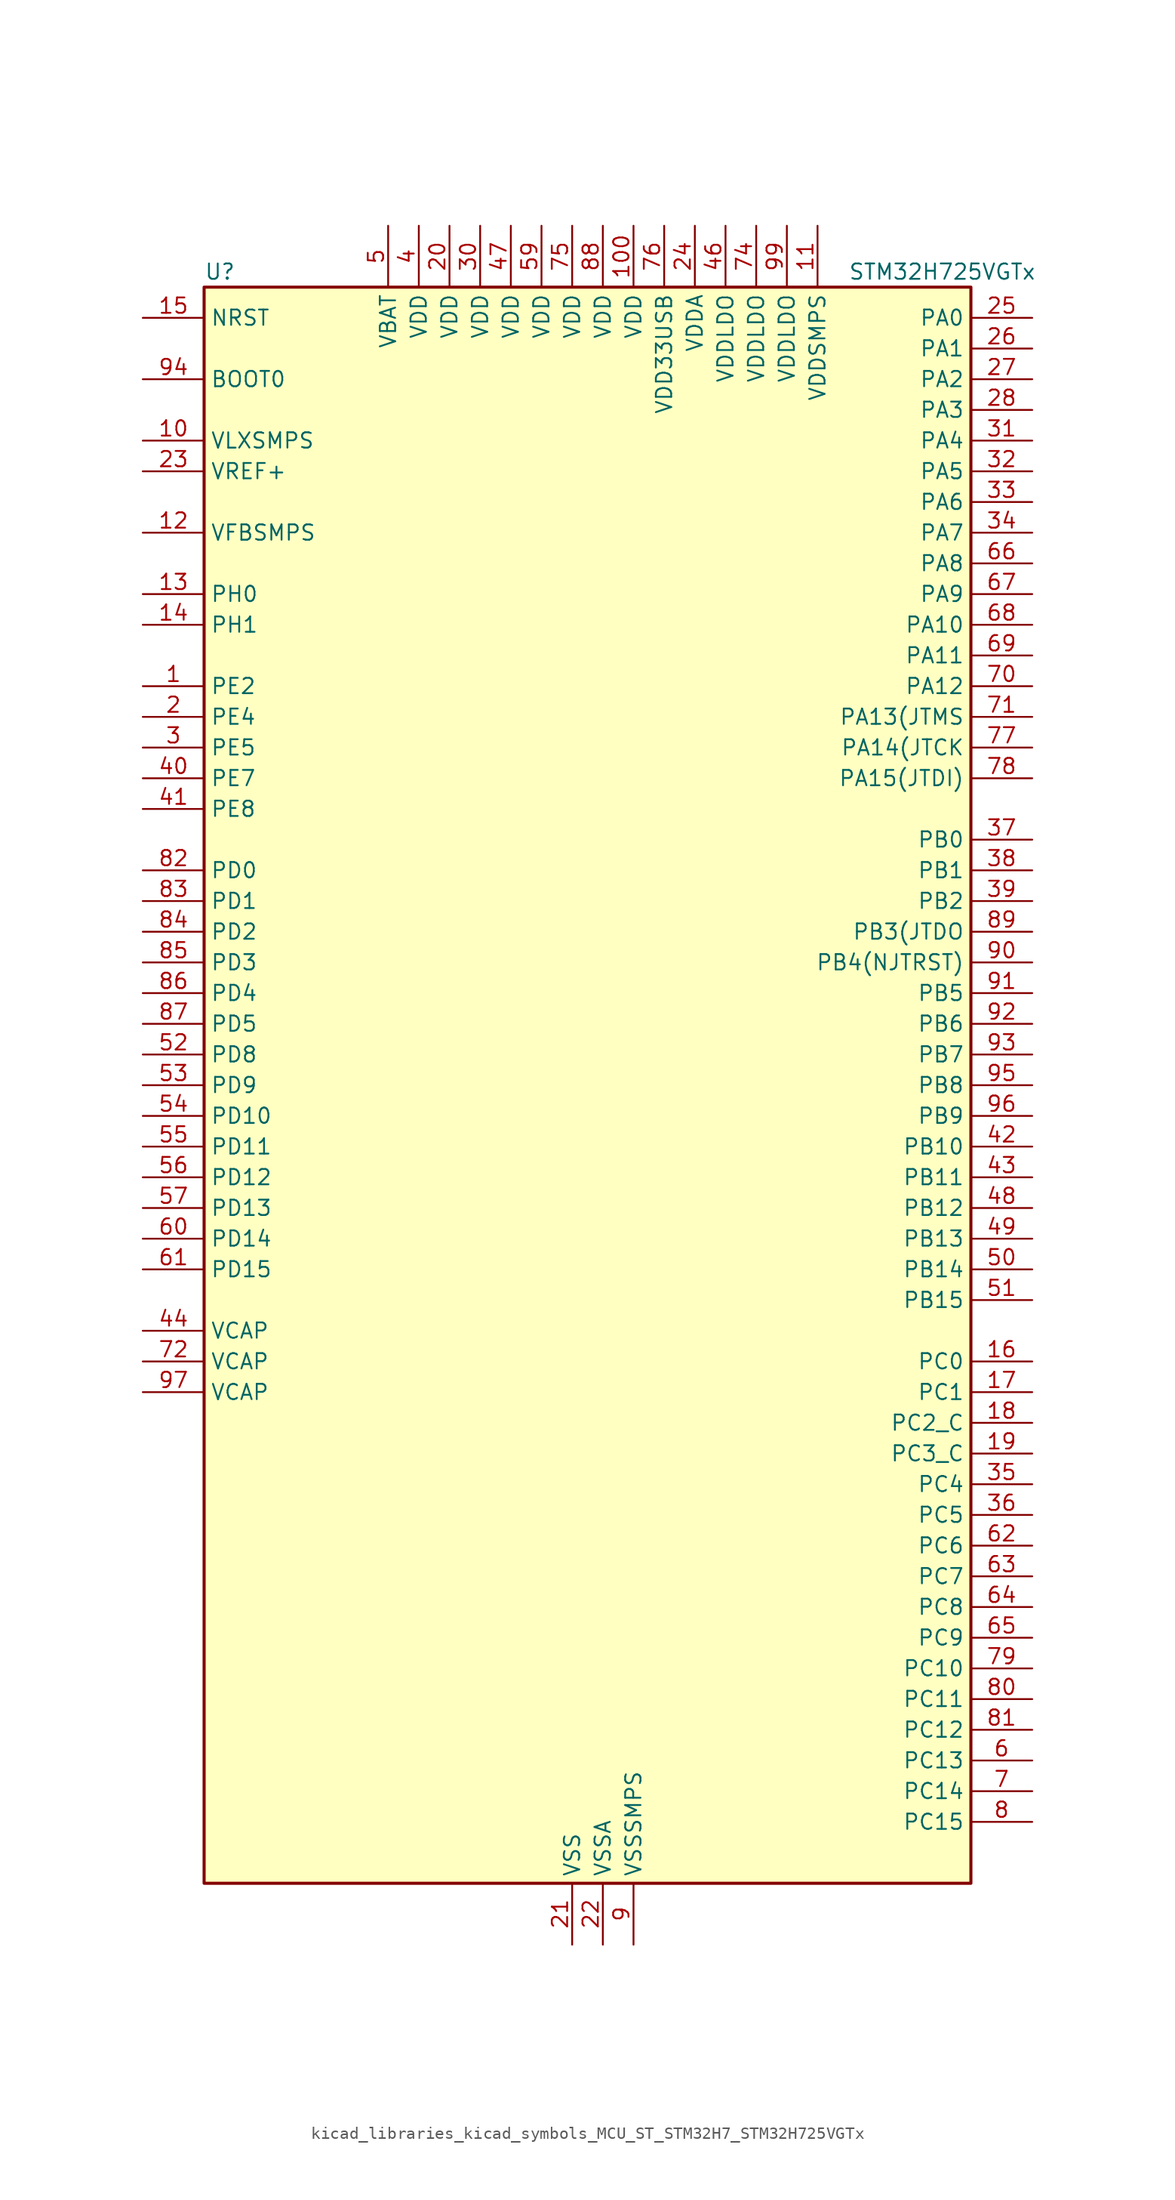
<source format=kicad_sym>
(kicad_symbol_lib
  (version 20220914)
  (generator kicad_symbol_editor)
  (symbol "kicad_libraries_kicad_symbols_MCU_ST_STM32H7_STM32H725VGTx"
    (property "Reference" "U"
      (at -30.48 67.31 0)
      (effects (font (size 1.27 1.27)) (justify left)))
    (property "Value" "STM32H725VGTx"
      (at 22.86 67.31 0)
      (effects (font (size 1.27 1.27)) (justify left)))
    (property "ki_locked" ""
      (at 0 0 0)
      (effects (font (size 1.27 1.27))))
    (symbol "kicad_libraries_kicad_symbols_MCU_ST_STM32H7_STM32H725VGTx_0_1"
      (rectangle (start -30.48 -66.04) (end 33.02 66.04) (stroke (width 0.254) (type default)) (fill (type background))))
    (symbol "kicad_libraries_kicad_symbols_MCU_ST_STM32H7_STM32H725VGTx_1_1"
      (pin bidirectional line (at -35.56 33.02 0) (length 5.08) (name "PE2" (effects (font (size 1.27 1.27)))) (number "1" (effects (font (size 1.27 1.27)))) (alternate "DEBUG_TRACECLK" bidirectional line) (alternate "ETH_TXD3" bidirectional line) (alternate "FMC_A23" bidirectional line) (alternate "OCTOSPIM_P1_IO2" bidirectional line) (alternate "SAI1_CK1" bidirectional line) (alternate "SAI1_MCLK_A" bidirectional line) (alternate "SAI4_CK1" bidirectional line) (alternate "SAI4_MCLK_A" bidirectional line) (alternate "SPI4_SCK" bidirectional line))
      (pin power_in line (at -35.56 53.34 0) (length 5.08) (name "VLXSMPS" (effects (font (size 1.27 1.27)))) (number "10" (effects (font (size 1.27 1.27)))))
      (pin power_in line (at 5.08 71.12 270) (length 5.08) (name "VDD" (effects (font (size 1.27 1.27)))) (number "100" (effects (font (size 1.27 1.27)))))
      (pin power_in line (at 20.32 71.12 270) (length 5.08) (name "VDDSMPS" (effects (font (size 1.27 1.27)))) (number "11" (effects (font (size 1.27 1.27)))))
      (pin input line (at -35.56 45.72 0) (length 5.08) (name "VFBSMPS" (effects (font (size 1.27 1.27)))) (number "12" (effects (font (size 1.27 1.27)))))
      (pin bidirectional line (at -35.56 40.64 0) (length 5.08) (name "PH0" (effects (font (size 1.27 1.27)))) (number "13" (effects (font (size 1.27 1.27)))) (alternate "RCC_OSC_IN" bidirectional line))
      (pin bidirectional line (at -35.56 38.1 0) (length 5.08) (name "PH1" (effects (font (size 1.27 1.27)))) (number "14" (effects (font (size 1.27 1.27)))) (alternate "RCC_OSC_OUT" bidirectional line))
      (pin input line (at -35.56 63.5 0) (length 5.08) (name "NRST" (effects (font (size 1.27 1.27)))) (number "15" (effects (font (size 1.27 1.27)))))
      (pin bidirectional line (at 38.1 -22.86 180) (length 5.08) (name "PC0" (effects (font (size 1.27 1.27)))) (number "16" (effects (font (size 1.27 1.27)))) (alternate "ADC1_INP10" bidirectional line) (alternate "ADC2_INP10" bidirectional line) (alternate "ADC3_INP10" bidirectional line) (alternate "DFSDM1_CKIN0" bidirectional line) (alternate "DFSDM1_DATIN4" bidirectional line) (alternate "FMC_A25" bidirectional line) (alternate "FMC_D12" bidirectional line) (alternate "FMC_DA12" bidirectional line) (alternate "FMC_SDNWE" bidirectional line) (alternate "LTDC_G2" bidirectional line) (alternate "LTDC_R5" bidirectional line) (alternate "SAI4_FS_B" bidirectional line) (alternate "USB_OTG_HS_ULPI_STP" bidirectional line))
      (pin bidirectional line (at 38.1 -25.4 180) (length 5.08) (name "PC1" (effects (font (size 1.27 1.27)))) (number "17" (effects (font (size 1.27 1.27)))) (alternate "ADC1_INN10" bidirectional line) (alternate "ADC1_INP11" bidirectional line) (alternate "ADC2_INN10" bidirectional line) (alternate "ADC2_INP11" bidirectional line) (alternate "ADC3_INN10" bidirectional line) (alternate "ADC3_INP11" bidirectional line) (alternate "DEBUG_TRACED0" bidirectional line) (alternate "DFSDM1_CKIN4" bidirectional line) (alternate "DFSDM1_DATIN0" bidirectional line) (alternate "ETH_MDC" bidirectional line) (alternate "I2S2_SDO" bidirectional line) (alternate "LTDC_G5" bidirectional line) (alternate "MDIOS_MDC" bidirectional line) (alternate "OCTOSPIM_P1_IO4" bidirectional line) (alternate "PWR_WKUP6" bidirectional line) (alternate "RTC_TAMP3" bidirectional line) (alternate "SAI1_D1" bidirectional line) (alternate "SAI1_SD_A" bidirectional line) (alternate "SAI4_D1" bidirectional line) (alternate "SAI4_SD_A" bidirectional line) (alternate "SDMMC2_CK" bidirectional line) (alternate "SPI2_MOSI" bidirectional line))
      (pin bidirectional line (at 38.1 -27.94 180) (length 5.08) (name "PC2_C" (effects (font (size 1.27 1.27)))) (number "18" (effects (font (size 1.27 1.27)))) (alternate "ADC3_INN1" bidirectional line) (alternate "ADC3_INP0" bidirectional line) (alternate "DFSDM1_CKIN1" bidirectional line) (alternate "DFSDM1_CKOUT" bidirectional line) (alternate "ETH_TXD2" bidirectional line) (alternate "FMC_SDNE0" bidirectional line) (alternate "I2S2_SDI" bidirectional line) (alternate "OCTOSPIM_P1_IO2" bidirectional line) (alternate "OCTOSPIM_P1_IO5" bidirectional line) (alternate "PWR_CSTOP" bidirectional line) (alternate "SPI2_MISO" bidirectional line) (alternate "USB_OTG_HS_ULPI_DIR" bidirectional line))
      (pin bidirectional line (at 38.1 -30.48 180) (length 5.08) (name "PC3_C" (effects (font (size 1.27 1.27)))) (number "19" (effects (font (size 1.27 1.27)))) (alternate "ADC3_INP1" bidirectional line) (alternate "DFSDM1_DATIN1" bidirectional line) (alternate "ETH_TX_CLK" bidirectional line) (alternate "FMC_SDCKE0" bidirectional line) (alternate "I2S2_SDO" bidirectional line) (alternate "OCTOSPIM_P1_IO0" bidirectional line) (alternate "OCTOSPIM_P1_IO6" bidirectional line) (alternate "PWR_CSLEEP" bidirectional line) (alternate "SPI2_MOSI" bidirectional line) (alternate "USB_OTG_HS_ULPI_NXT" bidirectional line))
      (pin bidirectional line (at -35.56 30.48 0) (length 5.08) (name "PE4" (effects (font (size 1.27 1.27)))) (number "2" (effects (font (size 1.27 1.27)))) (alternate "DCMI_D4" bidirectional line) (alternate "DEBUG_TRACED1" bidirectional line) (alternate "DFSDM1_DATIN3" bidirectional line) (alternate "FMC_A20" bidirectional line) (alternate "LTDC_B0" bidirectional line) (alternate "PSSI_D4" bidirectional line) (alternate "SAI1_D2" bidirectional line) (alternate "SAI1_FS_A" bidirectional line) (alternate "SAI4_D2" bidirectional line) (alternate "SAI4_FS_A" bidirectional line) (alternate "SPI4_NSS" bidirectional line) (alternate "TIM15_CH1N" bidirectional line))
      (pin power_in line (at -10.16 71.12 270) (length 5.08) (name "VDD" (effects (font (size 1.27 1.27)))) (number "20" (effects (font (size 1.27 1.27)))))
      (pin power_in line (at 0 -71.12 90) (length 5.08) (name "VSS" (effects (font (size 1.27 1.27)))) (number "21" (effects (font (size 1.27 1.27)))))
      (pin power_in line (at 2.54 -71.12 90) (length 5.08) (name "VSSA" (effects (font (size 1.27 1.27)))) (number "22" (effects (font (size 1.27 1.27)))))
      (pin input line (at -35.56 50.8 0) (length 5.08) (name "VREF+" (effects (font (size 1.27 1.27)))) (number "23" (effects (font (size 1.27 1.27)))) (alternate "VREFBUF_OUT" bidirectional line))
      (pin power_in line (at 10.16 71.12 270) (length 5.08) (name "VDDA" (effects (font (size 1.27 1.27)))) (number "24" (effects (font (size 1.27 1.27)))))
      (pin bidirectional line (at 38.1 63.5 180) (length 5.08) (name "PA0" (effects (font (size 1.27 1.27)))) (number "25" (effects (font (size 1.27 1.27)))) (alternate "ADC1_INP16" bidirectional line) (alternate "ETH_CRS" bidirectional line) (alternate "FMC_A19" bidirectional line) (alternate "I2S6_WS" bidirectional line) (alternate "PWR_WKUP1" bidirectional line) (alternate "SAI4_SD_B" bidirectional line) (alternate "SDMMC2_CMD" bidirectional line) (alternate "SPI6_NSS" bidirectional line) (alternate "TIM15_BKIN" bidirectional line) (alternate "TIM2_CH1" bidirectional line) (alternate "TIM2_ETR" bidirectional line) (alternate "TIM5_CH1" bidirectional line) (alternate "TIM8_ETR" bidirectional line) (alternate "UART4_TX" bidirectional line) (alternate "USART2_CTS" bidirectional line) (alternate "USART2_NSS" bidirectional line))
      (pin bidirectional line (at 38.1 60.96 180) (length 5.08) (name "PA1" (effects (font (size 1.27 1.27)))) (number "26" (effects (font (size 1.27 1.27)))) (alternate "ADC1_INN16" bidirectional line) (alternate "ADC1_INP17" bidirectional line) (alternate "ETH_REF_CLK" bidirectional line) (alternate "ETH_RX_CLK" bidirectional line) (alternate "LPTIM3_OUT" bidirectional line) (alternate "LTDC_R2" bidirectional line) (alternate "OCTOSPIM_P1_DQS" bidirectional line) (alternate "OCTOSPIM_P1_IO3" bidirectional line) (alternate "SAI4_MCLK_B" bidirectional line) (alternate "TIM15_CH1N" bidirectional line) (alternate "TIM2_CH2" bidirectional line) (alternate "TIM5_CH2" bidirectional line) (alternate "UART4_RX" bidirectional line) (alternate "USART2_DE" bidirectional line) (alternate "USART2_RTS" bidirectional line))
      (pin bidirectional line (at 38.1 58.42 180) (length 5.08) (name "PA2" (effects (font (size 1.27 1.27)))) (number "27" (effects (font (size 1.27 1.27)))) (alternate "ADC1_INP14" bidirectional line) (alternate "ADC2_INP14" bidirectional line) (alternate "ETH_MDIO" bidirectional line) (alternate "LPTIM4_OUT" bidirectional line) (alternate "LTDC_R1" bidirectional line) (alternate "MDIOS_MDIO" bidirectional line) (alternate "OCTOSPIM_P1_IO0" bidirectional line) (alternate "PWR_WKUP2" bidirectional line) (alternate "SAI4_SCK_B" bidirectional line) (alternate "TIM15_CH1" bidirectional line) (alternate "TIM2_CH3" bidirectional line) (alternate "TIM5_CH3" bidirectional line) (alternate "USART2_TX" bidirectional line))
      (pin bidirectional line (at 38.1 55.88 180) (length 5.08) (name "PA3" (effects (font (size 1.27 1.27)))) (number "28" (effects (font (size 1.27 1.27)))) (alternate "ADC1_INP15" bidirectional line) (alternate "ADC2_INP15" bidirectional line) (alternate "ETH_COL" bidirectional line) (alternate "I2S6_MCK" bidirectional line) (alternate "LPTIM5_OUT" bidirectional line) (alternate "LTDC_B2" bidirectional line) (alternate "LTDC_B5" bidirectional line) (alternate "OCTOSPIM_P1_CLK" bidirectional line) (alternate "OCTOSPIM_P1_IO2" bidirectional line) (alternate "TIM15_CH2" bidirectional line) (alternate "TIM2_CH4" bidirectional line) (alternate "TIM5_CH4" bidirectional line) (alternate "USART2_RX" bidirectional line) (alternate "USB_OTG_HS_ULPI_D0" bidirectional line))
      (pin passive line (at 0 -71.12 90) (length 5.08) hide (name "VSS" (effects (font (size 1.27 1.27)))) (number "29" (effects (font (size 1.27 1.27)))))
      (pin bidirectional line (at -35.56 27.94 0) (length 5.08) (name "PE5" (effects (font (size 1.27 1.27)))) (number "3" (effects (font (size 1.27 1.27)))) (alternate "DCMI_D6" bidirectional line) (alternate "DEBUG_TRACED2" bidirectional line) (alternate "DFSDM1_CKIN3" bidirectional line) (alternate "FMC_A21" bidirectional line) (alternate "LTDC_G0" bidirectional line) (alternate "PSSI_D6" bidirectional line) (alternate "SAI1_CK2" bidirectional line) (alternate "SAI1_SCK_A" bidirectional line) (alternate "SAI4_CK2" bidirectional line) (alternate "SAI4_SCK_A" bidirectional line) (alternate "SPI4_MISO" bidirectional line) (alternate "TIM15_CH1" bidirectional line))
      (pin power_in line (at -7.62 71.12 270) (length 5.08) (name "VDD" (effects (font (size 1.27 1.27)))) (number "30" (effects (font (size 1.27 1.27)))))
      (pin bidirectional line (at 38.1 53.34 180) (length 5.08) (name "PA4" (effects (font (size 1.27 1.27)))) (number "31" (effects (font (size 1.27 1.27)))) (alternate "ADC1_INP18" bidirectional line) (alternate "ADC2_INP18" bidirectional line) (alternate "DAC1_OUT1" bidirectional line) (alternate "DCMI_HSYNC" bidirectional line) (alternate "FMC_D8" bidirectional line) (alternate "FMC_DA8" bidirectional line) (alternate "I2S1_WS" bidirectional line) (alternate "I2S3_WS" bidirectional line) (alternate "I2S6_WS" bidirectional line) (alternate "LTDC_VSYNC" bidirectional line) (alternate "PSSI_DE" bidirectional line) (alternate "SPI1_NSS" bidirectional line) (alternate "SPI3_NSS" bidirectional line) (alternate "SPI6_NSS" bidirectional line) (alternate "TIM5_ETR" bidirectional line) (alternate "USART2_CK" bidirectional line))
      (pin bidirectional line (at 38.1 50.8 180) (length 5.08) (name "PA5" (effects (font (size 1.27 1.27)))) (number "32" (effects (font (size 1.27 1.27)))) (alternate "ADC1_INN18" bidirectional line) (alternate "ADC1_INP19" bidirectional line) (alternate "ADC2_INN18" bidirectional line) (alternate "ADC2_INP19" bidirectional line) (alternate "DAC1_OUT2" bidirectional line) (alternate "FMC_D9" bidirectional line) (alternate "FMC_DA9" bidirectional line) (alternate "I2S1_CK" bidirectional line) (alternate "I2S6_CK" bidirectional line) (alternate "LTDC_R4" bidirectional line) (alternate "PSSI_D14" bidirectional line) (alternate "PWR_NDSTOP2" bidirectional line) (alternate "SPI1_SCK" bidirectional line) (alternate "SPI6_SCK" bidirectional line) (alternate "TIM2_CH1" bidirectional line) (alternate "TIM2_ETR" bidirectional line) (alternate "TIM8_CH1N" bidirectional line) (alternate "USB_OTG_HS_ULPI_CK" bidirectional line))
      (pin bidirectional line (at 38.1 48.26 180) (length 5.08) (name "PA6" (effects (font (size 1.27 1.27)))) (number "33" (effects (font (size 1.27 1.27)))) (alternate "ADC1_INP3" bidirectional line) (alternate "ADC2_INP3" bidirectional line) (alternate "DCMI_PIXCLK" bidirectional line) (alternate "I2S1_SDI" bidirectional line) (alternate "I2S6_SDI" bidirectional line) (alternate "LTDC_G2" bidirectional line) (alternate "MDIOS_MDC" bidirectional line) (alternate "OCTOSPIM_P1_IO3" bidirectional line) (alternate "PSSI_PDCK" bidirectional line) (alternate "SPI1_MISO" bidirectional line) (alternate "SPI6_MISO" bidirectional line) (alternate "TIM13_CH1" bidirectional line) (alternate "TIM1_BKIN" bidirectional line) (alternate "TIM1_BKIN_COMP1" bidirectional line) (alternate "TIM1_BKIN_COMP2" bidirectional line) (alternate "TIM3_CH1" bidirectional line) (alternate "TIM8_BKIN" bidirectional line) (alternate "TIM8_BKIN_COMP1" bidirectional line) (alternate "TIM8_BKIN_COMP2" bidirectional line))
      (pin bidirectional line (at 38.1 45.72 180) (length 5.08) (name "PA7" (effects (font (size 1.27 1.27)))) (number "34" (effects (font (size 1.27 1.27)))) (alternate "ADC1_INN3" bidirectional line) (alternate "ADC1_INP7" bidirectional line) (alternate "ADC2_INN3" bidirectional line) (alternate "ADC2_INP7" bidirectional line) (alternate "ETH_CRS_DV" bidirectional line) (alternate "ETH_RX_DV" bidirectional line) (alternate "FMC_SDNWE" bidirectional line) (alternate "I2S1_SDO" bidirectional line) (alternate "I2S6_SDO" bidirectional line) (alternate "LTDC_VSYNC" bidirectional line) (alternate "OCTOSPIM_P1_IO2" bidirectional line) (alternate "OPAMP1_VINM" bidirectional line) (alternate "SPI1_MOSI" bidirectional line) (alternate "SPI6_MOSI" bidirectional line) (alternate "TIM14_CH1" bidirectional line) (alternate "TIM1_CH1N" bidirectional line) (alternate "TIM3_CH2" bidirectional line) (alternate "TIM8_CH1N" bidirectional line))
      (pin bidirectional line (at 38.1 -33.02 180) (length 5.08) (name "PC4" (effects (font (size 1.27 1.27)))) (number "35" (effects (font (size 1.27 1.27)))) (alternate "ADC1_INP4" bidirectional line) (alternate "ADC2_INP4" bidirectional line) (alternate "COMP1_INM" bidirectional line) (alternate "DFSDM1_CKIN2" bidirectional line) (alternate "ETH_RXD0" bidirectional line) (alternate "FMC_A22" bidirectional line) (alternate "FMC_SDNE0" bidirectional line) (alternate "I2S1_MCK" bidirectional line) (alternate "LTDC_R7" bidirectional line) (alternate "OPAMP1_VOUT" bidirectional line) (alternate "SDMMC2_CKIN" bidirectional line) (alternate "SPDIFRX1_IN2" bidirectional line))
      (pin bidirectional line (at 38.1 -35.56 180) (length 5.08) (name "PC5" (effects (font (size 1.27 1.27)))) (number "36" (effects (font (size 1.27 1.27)))) (alternate "ADC1_INN4" bidirectional line) (alternate "ADC1_INP8" bidirectional line) (alternate "ADC2_INN4" bidirectional line) (alternate "ADC2_INP8" bidirectional line) (alternate "COMP1_OUT" bidirectional line) (alternate "DFSDM1_DATIN2" bidirectional line) (alternate "ETH_RXD1" bidirectional line) (alternate "FMC_SDCKE0" bidirectional line) (alternate "LTDC_DE" bidirectional line) (alternate "OCTOSPIM_P1_DQS" bidirectional line) (alternate "OPAMP1_VINM" bidirectional line) (alternate "PSSI_D15" bidirectional line) (alternate "SAI1_D3" bidirectional line) (alternate "SAI4_D3" bidirectional line) (alternate "SPDIFRX1_IN3" bidirectional line))
      (pin bidirectional line (at 38.1 20.32 180) (length 5.08) (name "PB0" (effects (font (size 1.27 1.27)))) (number "37" (effects (font (size 1.27 1.27)))) (alternate "ADC1_INN5" bidirectional line) (alternate "ADC1_INP9" bidirectional line) (alternate "ADC2_INN5" bidirectional line) (alternate "ADC2_INP9" bidirectional line) (alternate "COMP1_INP" bidirectional line) (alternate "DFSDM1_CKOUT" bidirectional line) (alternate "ETH_RXD2" bidirectional line) (alternate "LTDC_G1" bidirectional line) (alternate "LTDC_R3" bidirectional line) (alternate "OCTOSPIM_P1_IO1" bidirectional line) (alternate "OPAMP1_VINP" bidirectional line) (alternate "TIM1_CH2N" bidirectional line) (alternate "TIM3_CH3" bidirectional line) (alternate "TIM8_CH2N" bidirectional line) (alternate "UART4_CTS" bidirectional line) (alternate "USB_OTG_HS_ULPI_D1" bidirectional line))
      (pin bidirectional line (at 38.1 17.78 180) (length 5.08) (name "PB1" (effects (font (size 1.27 1.27)))) (number "38" (effects (font (size 1.27 1.27)))) (alternate "ADC1_INP5" bidirectional line) (alternate "ADC2_INP5" bidirectional line) (alternate "COMP1_INM" bidirectional line) (alternate "DFSDM1_DATIN1" bidirectional line) (alternate "ETH_RXD3" bidirectional line) (alternate "LTDC_G0" bidirectional line) (alternate "LTDC_R6" bidirectional line) (alternate "OCTOSPIM_P1_IO0" bidirectional line) (alternate "TIM1_CH3N" bidirectional line) (alternate "TIM3_CH4" bidirectional line) (alternate "TIM8_CH3N" bidirectional line) (alternate "USB_OTG_HS_ULPI_D2" bidirectional line))
      (pin bidirectional line (at 38.1 15.24 180) (length 5.08) (name "PB2" (effects (font (size 1.27 1.27)))) (number "39" (effects (font (size 1.27 1.27)))) (alternate "COMP1_INP" bidirectional line) (alternate "DFSDM1_CKIN1" bidirectional line) (alternate "ETH_TX_ER" bidirectional line) (alternate "I2S3_SDO" bidirectional line) (alternate "OCTOSPIM_P1_CLK" bidirectional line) (alternate "OCTOSPIM_P1_DQS" bidirectional line) (alternate "RTC_OUT_ALARM" bidirectional line) (alternate "RTC_OUT_CALIB" bidirectional line) (alternate "SAI1_D1" bidirectional line) (alternate "SAI1_SD_A" bidirectional line) (alternate "SAI4_D1" bidirectional line) (alternate "SAI4_SD_A" bidirectional line) (alternate "SPI3_MOSI" bidirectional line) (alternate "TIM23_ETR" bidirectional line))
      (pin power_in line (at -12.7 71.12 270) (length 5.08) (name "VDD" (effects (font (size 1.27 1.27)))) (number "4" (effects (font (size 1.27 1.27)))))
      (pin bidirectional line (at -35.56 25.4 0) (length 5.08) (name "PE7" (effects (font (size 1.27 1.27)))) (number "40" (effects (font (size 1.27 1.27)))) (alternate "COMP2_INM" bidirectional line) (alternate "DFSDM1_DATIN2" bidirectional line) (alternate "FMC_D4" bidirectional line) (alternate "FMC_DA4" bidirectional line) (alternate "OCTOSPIM_P1_IO4" bidirectional line) (alternate "OPAMP2_VOUT" bidirectional line) (alternate "TIM1_ETR" bidirectional line) (alternate "UART7_RX" bidirectional line))
      (pin bidirectional line (at -35.56 22.86 0) (length 5.08) (name "PE8" (effects (font (size 1.27 1.27)))) (number "41" (effects (font (size 1.27 1.27)))) (alternate "COMP2_OUT" bidirectional line) (alternate "DFSDM1_CKIN2" bidirectional line) (alternate "FMC_D5" bidirectional line) (alternate "FMC_DA5" bidirectional line) (alternate "OCTOSPIM_P1_IO5" bidirectional line) (alternate "OPAMP2_VINM" bidirectional line) (alternate "TIM1_CH1N" bidirectional line) (alternate "UART7_TX" bidirectional line))
      (pin bidirectional line (at 38.1 -5.08 180) (length 5.08) (name "PB10" (effects (font (size 1.27 1.27)))) (number "42" (effects (font (size 1.27 1.27)))) (alternate "DFSDM1_DATIN7" bidirectional line) (alternate "ETH_RX_ER" bidirectional line) (alternate "I2C2_SCL" bidirectional line) (alternate "I2S2_CK" bidirectional line) (alternate "LPTIM2_IN1" bidirectional line) (alternate "LTDC_G4" bidirectional line) (alternate "OCTOSPIM_P1_NCS" bidirectional line) (alternate "SPI2_SCK" bidirectional line) (alternate "TIM2_CH3" bidirectional line) (alternate "USART3_TX" bidirectional line) (alternate "USB_OTG_HS_ULPI_D3" bidirectional line))
      (pin bidirectional line (at 38.1 -7.62 180) (length 5.08) (name "PB11" (effects (font (size 1.27 1.27)))) (number "43" (effects (font (size 1.27 1.27)))) (alternate "ADC1_EXTI11" bidirectional line) (alternate "ADC2_EXTI11" bidirectional line) (alternate "ADC3_EXTI11" bidirectional line) (alternate "DFSDM1_CKIN7" bidirectional line) (alternate "ETH_TX_EN" bidirectional line) (alternate "I2C2_SDA" bidirectional line) (alternate "LPTIM2_ETR" bidirectional line) (alternate "LTDC_G5" bidirectional line) (alternate "TIM2_CH4" bidirectional line) (alternate "USART3_RX" bidirectional line) (alternate "USB_OTG_HS_ULPI_D4" bidirectional line))
      (pin power_out line (at -35.56 -20.32 0) (length 5.08) (name "VCAP" (effects (font (size 1.27 1.27)))) (number "44" (effects (font (size 1.27 1.27)))))
      (pin passive line (at 0 -71.12 90) (length 5.08) hide (name "VSS" (effects (font (size 1.27 1.27)))) (number "45" (effects (font (size 1.27 1.27)))))
      (pin power_in line (at 12.7 71.12 270) (length 5.08) (name "VDDLDO" (effects (font (size 1.27 1.27)))) (number "46" (effects (font (size 1.27 1.27)))))
      (pin power_in line (at -5.08 71.12 270) (length 5.08) (name "VDD" (effects (font (size 1.27 1.27)))) (number "47" (effects (font (size 1.27 1.27)))))
      (pin bidirectional line (at 38.1 -10.16 180) (length 5.08) (name "PB12" (effects (font (size 1.27 1.27)))) (number "48" (effects (font (size 1.27 1.27)))) (alternate "DFSDM1_DATIN1" bidirectional line) (alternate "ETH_TXD0" bidirectional line) (alternate "FDCAN2_RX" bidirectional line) (alternate "I2C2_SMBA" bidirectional line) (alternate "I2S2_WS" bidirectional line) (alternate "OCTOSPIM_P1_IO0" bidirectional line) (alternate "OCTOSPIM_P1_NCLK" bidirectional line) (alternate "SPI2_NSS" bidirectional line) (alternate "TIM1_BKIN" bidirectional line) (alternate "TIM1_BKIN_COMP1" bidirectional line) (alternate "TIM1_BKIN_COMP2" bidirectional line) (alternate "UART5_RX" bidirectional line) (alternate "USART3_CK" bidirectional line) (alternate "USB_OTG_HS_ULPI_D5" bidirectional line))
      (pin bidirectional line (at 38.1 -12.7 180) (length 5.08) (name "PB13" (effects (font (size 1.27 1.27)))) (number "49" (effects (font (size 1.27 1.27)))) (alternate "DCMI_D2" bidirectional line) (alternate "DFSDM1_CKIN1" bidirectional line) (alternate "ETH_TXD1" bidirectional line) (alternate "FDCAN2_TX" bidirectional line) (alternate "I2S2_CK" bidirectional line) (alternate "LPTIM2_OUT" bidirectional line) (alternate "OCTOSPIM_P1_IO2" bidirectional line) (alternate "PSSI_D2" bidirectional line) (alternate "SDMMC1_D0" bidirectional line) (alternate "SPI2_SCK" bidirectional line) (alternate "TIM1_CH1N" bidirectional line) (alternate "UART5_TX" bidirectional line) (alternate "USART3_CTS" bidirectional line) (alternate "USART3_NSS" bidirectional line) (alternate "USB_OTG_HS_ULPI_D6" bidirectional line))
      (pin power_in line (at -15.24 71.12 270) (length 5.08) (name "VBAT" (effects (font (size 1.27 1.27)))) (number "5" (effects (font (size 1.27 1.27)))))
      (pin bidirectional line (at 38.1 -15.24 180) (length 5.08) (name "PB14" (effects (font (size 1.27 1.27)))) (number "50" (effects (font (size 1.27 1.27)))) (alternate "DFSDM1_DATIN2" bidirectional line) (alternate "FMC_D10" bidirectional line) (alternate "FMC_DA10" bidirectional line) (alternate "I2S2_SDI" bidirectional line) (alternate "LTDC_CLK" bidirectional line) (alternate "SDMMC2_D0" bidirectional line) (alternate "SPI2_MISO" bidirectional line) (alternate "TIM12_CH1" bidirectional line) (alternate "TIM1_CH2N" bidirectional line) (alternate "TIM8_CH2N" bidirectional line) (alternate "UART4_DE" bidirectional line) (alternate "UART4_RTS" bidirectional line) (alternate "USART1_TX" bidirectional line) (alternate "USART3_DE" bidirectional line) (alternate "USART3_RTS" bidirectional line))
      (pin bidirectional line (at 38.1 -17.78 180) (length 5.08) (name "PB15" (effects (font (size 1.27 1.27)))) (number "51" (effects (font (size 1.27 1.27)))) (alternate "ADC1_EXTI15" bidirectional line) (alternate "ADC2_EXTI15" bidirectional line) (alternate "ADC3_EXTI15" bidirectional line) (alternate "DFSDM1_CKIN2" bidirectional line) (alternate "FMC_D11" bidirectional line) (alternate "FMC_DA11" bidirectional line) (alternate "I2S2_SDO" bidirectional line) (alternate "LTDC_G7" bidirectional line) (alternate "RTC_REFIN" bidirectional line) (alternate "SDMMC2_D1" bidirectional line) (alternate "SPI2_MOSI" bidirectional line) (alternate "TIM12_CH2" bidirectional line) (alternate "TIM1_CH3N" bidirectional line) (alternate "TIM8_CH3N" bidirectional line) (alternate "UART4_CTS" bidirectional line) (alternate "USART1_RX" bidirectional line))
      (pin bidirectional line (at -35.56 2.54 0) (length 5.08) (name "PD8" (effects (font (size 1.27 1.27)))) (number "52" (effects (font (size 1.27 1.27)))) (alternate "DFSDM1_CKIN3" bidirectional line) (alternate "FMC_D13" bidirectional line) (alternate "FMC_DA13" bidirectional line) (alternate "SPDIFRX1_IN1" bidirectional line) (alternate "USART3_TX" bidirectional line))
      (pin bidirectional line (at -35.56 0 0) (length 5.08) (name "PD9" (effects (font (size 1.27 1.27)))) (number "53" (effects (font (size 1.27 1.27)))) (alternate "DAC1_EXTI9" bidirectional line) (alternate "DFSDM1_DATIN3" bidirectional line) (alternate "FMC_D14" bidirectional line) (alternate "FMC_DA14" bidirectional line) (alternate "USART3_RX" bidirectional line))
      (pin bidirectional line (at -35.56 -2.54 0) (length 5.08) (name "PD10" (effects (font (size 1.27 1.27)))) (number "54" (effects (font (size 1.27 1.27)))) (alternate "DFSDM1_CKOUT" bidirectional line) (alternate "FMC_D15" bidirectional line) (alternate "FMC_DA15" bidirectional line) (alternate "LTDC_B3" bidirectional line) (alternate "USART3_CK" bidirectional line))
      (pin bidirectional line (at -35.56 -5.08 0) (length 5.08) (name "PD11" (effects (font (size 1.27 1.27)))) (number "55" (effects (font (size 1.27 1.27)))) (alternate "ADC1_EXTI11" bidirectional line) (alternate "ADC2_EXTI11" bidirectional line) (alternate "ADC3_EXTI11" bidirectional line) (alternate "FMC_A16" bidirectional line) (alternate "FMC_CLE" bidirectional line) (alternate "I2C4_SMBA" bidirectional line) (alternate "LPTIM2_IN2" bidirectional line) (alternate "OCTOSPIM_P1_IO0" bidirectional line) (alternate "SAI4_SD_A" bidirectional line) (alternate "USART3_CTS" bidirectional line) (alternate "USART3_NSS" bidirectional line))
      (pin bidirectional line (at -35.56 -7.62 0) (length 5.08) (name "PD12" (effects (font (size 1.27 1.27)))) (number "56" (effects (font (size 1.27 1.27)))) (alternate "DCMI_D12" bidirectional line) (alternate "FDCAN3_RX" bidirectional line) (alternate "FMC_A17" bidirectional line) (alternate "FMC_ALE" bidirectional line) (alternate "I2C4_SCL" bidirectional line) (alternate "LPTIM1_IN1" bidirectional line) (alternate "LPTIM2_IN1" bidirectional line) (alternate "OCTOSPIM_P1_IO1" bidirectional line) (alternate "PSSI_D12" bidirectional line) (alternate "SAI4_FS_A" bidirectional line) (alternate "TIM4_CH1" bidirectional line) (alternate "USART3_DE" bidirectional line) (alternate "USART3_RTS" bidirectional line))
      (pin bidirectional line (at -35.56 -10.16 0) (length 5.08) (name "PD13" (effects (font (size 1.27 1.27)))) (number "57" (effects (font (size 1.27 1.27)))) (alternate "DCMI_D13" bidirectional line) (alternate "FDCAN3_TX" bidirectional line) (alternate "FMC_A18" bidirectional line) (alternate "I2C4_SDA" bidirectional line) (alternate "LPTIM1_OUT" bidirectional line) (alternate "OCTOSPIM_P1_IO3" bidirectional line) (alternate "PSSI_D13" bidirectional line) (alternate "SAI4_SCK_A" bidirectional line) (alternate "TIM4_CH2" bidirectional line) (alternate "UART9_DE" bidirectional line) (alternate "UART9_RTS" bidirectional line))
      (pin passive line (at 0 -71.12 90) (length 5.08) hide (name "VSS" (effects (font (size 1.27 1.27)))) (number "58" (effects (font (size 1.27 1.27)))))
      (pin power_in line (at -2.54 71.12 270) (length 5.08) (name "VDD" (effects (font (size 1.27 1.27)))) (number "59" (effects (font (size 1.27 1.27)))))
      (pin bidirectional line (at 38.1 -55.88 180) (length 5.08) (name "PC13" (effects (font (size 1.27 1.27)))) (number "6" (effects (font (size 1.27 1.27)))) (alternate "PWR_WKUP4" bidirectional line) (alternate "RTC_OUT_ALARM" bidirectional line) (alternate "RTC_OUT_CALIB" bidirectional line) (alternate "RTC_TAMP1" bidirectional line) (alternate "RTC_TS" bidirectional line))
      (pin bidirectional line (at -35.56 -12.7 0) (length 5.08) (name "PD14" (effects (font (size 1.27 1.27)))) (number "60" (effects (font (size 1.27 1.27)))) (alternate "FMC_D0" bidirectional line) (alternate "FMC_DA0" bidirectional line) (alternate "TIM4_CH3" bidirectional line) (alternate "UART9_RX" bidirectional line))
      (pin bidirectional line (at -35.56 -15.24 0) (length 5.08) (name "PD15" (effects (font (size 1.27 1.27)))) (number "61" (effects (font (size 1.27 1.27)))) (alternate "ADC1_EXTI15" bidirectional line) (alternate "ADC2_EXTI15" bidirectional line) (alternate "ADC3_EXTI15" bidirectional line) (alternate "FMC_D1" bidirectional line) (alternate "FMC_DA1" bidirectional line) (alternate "TIM4_CH4" bidirectional line) (alternate "UART9_TX" bidirectional line))
      (pin bidirectional line (at 38.1 -38.1 180) (length 5.08) (name "PC6" (effects (font (size 1.27 1.27)))) (number "62" (effects (font (size 1.27 1.27)))) (alternate "DCMI_D0" bidirectional line) (alternate "DFSDM1_CKIN3" bidirectional line) (alternate "FMC_NWAIT" bidirectional line) (alternate "I2S2_MCK" bidirectional line) (alternate "LTDC_HSYNC" bidirectional line) (alternate "PSSI_D0" bidirectional line) (alternate "SDMMC1_D0DIR" bidirectional line) (alternate "SDMMC1_D6" bidirectional line) (alternate "SDMMC2_D6" bidirectional line) (alternate "SWPMI1_IO" bidirectional line) (alternate "TIM3_CH1" bidirectional line) (alternate "TIM8_CH1" bidirectional line) (alternate "USART6_TX" bidirectional line))
      (pin bidirectional line (at 38.1 -40.64 180) (length 5.08) (name "PC7" (effects (font (size 1.27 1.27)))) (number "63" (effects (font (size 1.27 1.27)))) (alternate "DCMI_D1" bidirectional line) (alternate "DEBUG_TRGIO" bidirectional line) (alternate "DFSDM1_DATIN3" bidirectional line) (alternate "FMC_NE1" bidirectional line) (alternate "I2S3_MCK" bidirectional line) (alternate "LTDC_G6" bidirectional line) (alternate "PSSI_D1" bidirectional line) (alternate "SDMMC1_D123DIR" bidirectional line) (alternate "SDMMC1_D7" bidirectional line) (alternate "SDMMC2_D7" bidirectional line) (alternate "SWPMI1_TX" bidirectional line) (alternate "TIM3_CH2" bidirectional line) (alternate "TIM8_CH2" bidirectional line) (alternate "USART6_RX" bidirectional line))
      (pin bidirectional line (at 38.1 -43.18 180) (length 5.08) (name "PC8" (effects (font (size 1.27 1.27)))) (number "64" (effects (font (size 1.27 1.27)))) (alternate "DCMI_D2" bidirectional line) (alternate "DEBUG_TRACED1" bidirectional line) (alternate "FMC_INT" bidirectional line) (alternate "FMC_NCE" bidirectional line) (alternate "FMC_NE2" bidirectional line) (alternate "PSSI_D2" bidirectional line) (alternate "SDMMC1_D0" bidirectional line) (alternate "SWPMI1_RX" bidirectional line) (alternate "TIM3_CH3" bidirectional line) (alternate "TIM8_CH3" bidirectional line) (alternate "UART5_DE" bidirectional line) (alternate "UART5_RTS" bidirectional line) (alternate "USART6_CK" bidirectional line))
      (pin bidirectional line (at 38.1 -45.72 180) (length 5.08) (name "PC9" (effects (font (size 1.27 1.27)))) (number "65" (effects (font (size 1.27 1.27)))) (alternate "DAC1_EXTI9" bidirectional line) (alternate "DCMI_D3" bidirectional line) (alternate "I2C3_SDA" bidirectional line) (alternate "I2C5_SDA" bidirectional line) (alternate "I2S_CKIN" bidirectional line) (alternate "LTDC_B2" bidirectional line) (alternate "LTDC_G3" bidirectional line) (alternate "OCTOSPIM_P1_IO0" bidirectional line) (alternate "PSSI_D3" bidirectional line) (alternate "RCC_MCO_2" bidirectional line) (alternate "SDMMC1_D1" bidirectional line) (alternate "SWPMI1_SUSPEND" bidirectional line) (alternate "TIM3_CH4" bidirectional line) (alternate "TIM8_CH4" bidirectional line) (alternate "UART5_CTS" bidirectional line))
      (pin bidirectional line (at 38.1 43.18 180) (length 5.08) (name "PA8" (effects (font (size 1.27 1.27)))) (number "66" (effects (font (size 1.27 1.27)))) (alternate "I2C3_SCL" bidirectional line) (alternate "I2C5_SCL" bidirectional line) (alternate "LTDC_B3" bidirectional line) (alternate "LTDC_R6" bidirectional line) (alternate "RCC_MCO_1" bidirectional line) (alternate "TIM1_CH1" bidirectional line) (alternate "TIM8_BKIN2" bidirectional line) (alternate "TIM8_BKIN2_COMP1" bidirectional line) (alternate "TIM8_BKIN2_COMP2" bidirectional line) (alternate "UART7_RX" bidirectional line) (alternate "USART1_CK" bidirectional line) (alternate "USB_OTG_HS_SOF" bidirectional line))
      (pin bidirectional line (at 38.1 40.64 180) (length 5.08) (name "PA9" (effects (font (size 1.27 1.27)))) (number "67" (effects (font (size 1.27 1.27)))) (alternate "DAC1_EXTI9" bidirectional line) (alternate "DCMI_D0" bidirectional line) (alternate "ETH_TX_ER" bidirectional line) (alternate "I2C3_SMBA" bidirectional line) (alternate "I2C5_SMBA" bidirectional line) (alternate "I2S2_CK" bidirectional line) (alternate "LPUART1_TX" bidirectional line) (alternate "LTDC_R5" bidirectional line) (alternate "PSSI_D0" bidirectional line) (alternate "SPI2_SCK" bidirectional line) (alternate "TIM1_CH2" bidirectional line) (alternate "USART1_TX" bidirectional line) (alternate "USB_OTG_HS_VBUS" bidirectional line))
      (pin bidirectional line (at 38.1 38.1 180) (length 5.08) (name "PA10" (effects (font (size 1.27 1.27)))) (number "68" (effects (font (size 1.27 1.27)))) (alternate "DCMI_D1" bidirectional line) (alternate "LPUART1_RX" bidirectional line) (alternate "LTDC_B1" bidirectional line) (alternate "LTDC_B4" bidirectional line) (alternate "MDIOS_MDIO" bidirectional line) (alternate "PSSI_D1" bidirectional line) (alternate "TIM1_CH3" bidirectional line) (alternate "USART1_RX" bidirectional line) (alternate "USB_OTG_HS_ID" bidirectional line))
      (pin bidirectional line (at 38.1 35.56 180) (length 5.08) (name "PA11" (effects (font (size 1.27 1.27)))) (number "69" (effects (font (size 1.27 1.27)))) (alternate "ADC1_EXTI11" bidirectional line) (alternate "ADC2_EXTI11" bidirectional line) (alternate "ADC3_EXTI11" bidirectional line) (alternate "FDCAN1_RX" bidirectional line) (alternate "I2S2_WS" bidirectional line) (alternate "LPUART1_CTS" bidirectional line) (alternate "LTDC_R4" bidirectional line) (alternate "SPI2_NSS" bidirectional line) (alternate "TIM1_CH4" bidirectional line) (alternate "UART4_RX" bidirectional line) (alternate "USART1_CTS" bidirectional line) (alternate "USART1_NSS" bidirectional line) (alternate "USB_OTG_HS_DM" bidirectional line))
      (pin bidirectional line (at 38.1 -58.42 180) (length 5.08) (name "PC14" (effects (font (size 1.27 1.27)))) (number "7" (effects (font (size 1.27 1.27)))) (alternate "RCC_OSC32_IN" bidirectional line))
      (pin bidirectional line (at 38.1 33.02 180) (length 5.08) (name "PA12" (effects (font (size 1.27 1.27)))) (number "70" (effects (font (size 1.27 1.27)))) (alternate "FDCAN1_TX" bidirectional line) (alternate "I2S2_CK" bidirectional line) (alternate "LPUART1_DE" bidirectional line) (alternate "LPUART1_RTS" bidirectional line) (alternate "LTDC_R5" bidirectional line) (alternate "SAI4_FS_B" bidirectional line) (alternate "SPI2_SCK" bidirectional line) (alternate "TIM1_BKIN2" bidirectional line) (alternate "TIM1_ETR" bidirectional line) (alternate "UART4_TX" bidirectional line) (alternate "USART1_DE" bidirectional line) (alternate "USART1_RTS" bidirectional line) (alternate "USB_OTG_HS_DP" bidirectional line))
      (pin bidirectional line (at 38.1 30.48 180) (length 5.08) (name "PA13(JTMS" (effects (font (size 1.27 1.27)))) (number "71" (effects (font (size 1.27 1.27)))) (alternate "DEBUG_JTMS-SWDIO" bidirectional line))
      (pin power_out line (at -35.56 -22.86 0) (length 5.08) (name "VCAP" (effects (font (size 1.27 1.27)))) (number "72" (effects (font (size 1.27 1.27)))))
      (pin passive line (at 0 -71.12 90) (length 5.08) hide (name "VSS" (effects (font (size 1.27 1.27)))) (number "73" (effects (font (size 1.27 1.27)))))
      (pin power_in line (at 15.24 71.12 270) (length 5.08) (name "VDDLDO" (effects (font (size 1.27 1.27)))) (number "74" (effects (font (size 1.27 1.27)))))
      (pin power_in line (at 0 71.12 270) (length 5.08) (name "VDD" (effects (font (size 1.27 1.27)))) (number "75" (effects (font (size 1.27 1.27)))))
      (pin power_in line (at 7.62 71.12 270) (length 5.08) (name "VDD33USB" (effects (font (size 1.27 1.27)))) (number "76" (effects (font (size 1.27 1.27)))))
      (pin bidirectional line (at 38.1 27.94 180) (length 5.08) (name "PA14(JTCK" (effects (font (size 1.27 1.27)))) (number "77" (effects (font (size 1.27 1.27)))) (alternate "DEBUG_JTCK-SWCLK" bidirectional line))
      (pin bidirectional line (at 38.1 25.4 180) (length 5.08) (name "PA15(JTDI)" (effects (font (size 1.27 1.27)))) (number "78" (effects (font (size 1.27 1.27)))) (alternate "ADC1_EXTI15" bidirectional line) (alternate "ADC2_EXTI15" bidirectional line) (alternate "ADC3_EXTI15" bidirectional line) (alternate "CEC" bidirectional line) (alternate "DEBUG_JTDI" bidirectional line) (alternate "I2S1_WS" bidirectional line) (alternate "I2S3_WS" bidirectional line) (alternate "I2S6_WS" bidirectional line) (alternate "LTDC_B6" bidirectional line) (alternate "LTDC_R3" bidirectional line) (alternate "SPI1_NSS" bidirectional line) (alternate "SPI3_NSS" bidirectional line) (alternate "SPI6_NSS" bidirectional line) (alternate "TIM2_CH1" bidirectional line) (alternate "TIM2_ETR" bidirectional line) (alternate "UART4_DE" bidirectional line) (alternate "UART4_RTS" bidirectional line) (alternate "UART7_TX" bidirectional line))
      (pin bidirectional line (at 38.1 -48.26 180) (length 5.08) (name "PC10" (effects (font (size 1.27 1.27)))) (number "79" (effects (font (size 1.27 1.27)))) (alternate "DCMI_D8" bidirectional line) (alternate "DFSDM1_CKIN5" bidirectional line) (alternate "I2C5_SDA" bidirectional line) (alternate "I2S3_CK" bidirectional line) (alternate "LTDC_B1" bidirectional line) (alternate "LTDC_R2" bidirectional line) (alternate "OCTOSPIM_P1_IO1" bidirectional line) (alternate "PSSI_D8" bidirectional line) (alternate "SDMMC1_D2" bidirectional line) (alternate "SPI3_SCK" bidirectional line) (alternate "SWPMI1_RX" bidirectional line) (alternate "UART4_TX" bidirectional line) (alternate "USART3_TX" bidirectional line))
      (pin bidirectional line (at 38.1 -60.96 180) (length 5.08) (name "PC15" (effects (font (size 1.27 1.27)))) (number "8" (effects (font (size 1.27 1.27)))) (alternate "ADC1_EXTI15" bidirectional line) (alternate "ADC2_EXTI15" bidirectional line) (alternate "ADC3_EXTI15" bidirectional line) (alternate "RCC_OSC32_OUT" bidirectional line))
      (pin bidirectional line (at 38.1 -50.8 180) (length 5.08) (name "PC11" (effects (font (size 1.27 1.27)))) (number "80" (effects (font (size 1.27 1.27)))) (alternate "ADC1_EXTI11" bidirectional line) (alternate "ADC2_EXTI11" bidirectional line) (alternate "ADC3_EXTI11" bidirectional line) (alternate "DCMI_D4" bidirectional line) (alternate "DFSDM1_DATIN5" bidirectional line) (alternate "I2C5_SCL" bidirectional line) (alternate "I2S3_SDI" bidirectional line) (alternate "LTDC_B4" bidirectional line) (alternate "OCTOSPIM_P1_NCS" bidirectional line) (alternate "PSSI_D4" bidirectional line) (alternate "SDMMC1_D3" bidirectional line) (alternate "SPI3_MISO" bidirectional line) (alternate "UART4_RX" bidirectional line) (alternate "USART3_RX" bidirectional line))
      (pin bidirectional line (at 38.1 -53.34 180) (length 5.08) (name "PC12" (effects (font (size 1.27 1.27)))) (number "81" (effects (font (size 1.27 1.27)))) (alternate "DCMI_D9" bidirectional line) (alternate "DEBUG_TRACED3" bidirectional line) (alternate "FMC_D6" bidirectional line) (alternate "FMC_DA6" bidirectional line) (alternate "I2C5_SMBA" bidirectional line) (alternate "I2S3_SDO" bidirectional line) (alternate "I2S6_CK" bidirectional line) (alternate "LTDC_R6" bidirectional line) (alternate "PSSI_D9" bidirectional line) (alternate "SDMMC1_CK" bidirectional line) (alternate "SPI3_MOSI" bidirectional line) (alternate "SPI6_SCK" bidirectional line) (alternate "TIM15_CH1" bidirectional line) (alternate "UART5_TX" bidirectional line) (alternate "USART3_CK" bidirectional line))
      (pin bidirectional line (at -35.56 17.78 0) (length 5.08) (name "PD0" (effects (font (size 1.27 1.27)))) (number "82" (effects (font (size 1.27 1.27)))) (alternate "DFSDM1_CKIN6" bidirectional line) (alternate "FDCAN1_RX" bidirectional line) (alternate "FMC_D2" bidirectional line) (alternate "FMC_DA2" bidirectional line) (alternate "LTDC_B1" bidirectional line) (alternate "UART4_RX" bidirectional line) (alternate "UART9_CTS" bidirectional line))
      (pin bidirectional line (at -35.56 15.24 0) (length 5.08) (name "PD1" (effects (font (size 1.27 1.27)))) (number "83" (effects (font (size 1.27 1.27)))) (alternate "DFSDM1_DATIN6" bidirectional line) (alternate "FDCAN1_TX" bidirectional line) (alternate "FMC_D3" bidirectional line) (alternate "FMC_DA3" bidirectional line) (alternate "UART4_TX" bidirectional line))
      (pin bidirectional line (at -35.56 12.7 0) (length 5.08) (name "PD2" (effects (font (size 1.27 1.27)))) (number "84" (effects (font (size 1.27 1.27)))) (alternate "DCMI_D11" bidirectional line) (alternate "DEBUG_TRACED2" bidirectional line) (alternate "FMC_D7" bidirectional line) (alternate "FMC_DA7" bidirectional line) (alternate "LTDC_B2" bidirectional line) (alternate "LTDC_B7" bidirectional line) (alternate "PSSI_D11" bidirectional line) (alternate "SDMMC1_CMD" bidirectional line) (alternate "TIM15_BKIN" bidirectional line) (alternate "TIM3_ETR" bidirectional line) (alternate "UART5_RX" bidirectional line))
      (pin bidirectional line (at -35.56 10.16 0) (length 5.08) (name "PD3" (effects (font (size 1.27 1.27)))) (number "85" (effects (font (size 1.27 1.27)))) (alternate "DCMI_D5" bidirectional line) (alternate "DFSDM1_CKOUT" bidirectional line) (alternate "FMC_CLK" bidirectional line) (alternate "I2S2_CK" bidirectional line) (alternate "LTDC_G7" bidirectional line) (alternate "PSSI_D5" bidirectional line) (alternate "SPI2_SCK" bidirectional line) (alternate "USART2_CTS" bidirectional line) (alternate "USART2_NSS" bidirectional line))
      (pin bidirectional line (at -35.56 7.62 0) (length 5.08) (name "PD4" (effects (font (size 1.27 1.27)))) (number "86" (effects (font (size 1.27 1.27)))) (alternate "FMC_NOE" bidirectional line) (alternate "OCTOSPIM_P1_IO4" bidirectional line) (alternate "USART2_DE" bidirectional line) (alternate "USART2_RTS" bidirectional line))
      (pin bidirectional line (at -35.56 5.08 0) (length 5.08) (name "PD5" (effects (font (size 1.27 1.27)))) (number "87" (effects (font (size 1.27 1.27)))) (alternate "FMC_NWE" bidirectional line) (alternate "OCTOSPIM_P1_IO5" bidirectional line) (alternate "USART2_TX" bidirectional line))
      (pin power_in line (at 2.54 71.12 270) (length 5.08) (name "VDD" (effects (font (size 1.27 1.27)))) (number "88" (effects (font (size 1.27 1.27)))))
      (pin bidirectional line (at 38.1 12.7 180) (length 5.08) (name "PB3(JTDO" (effects (font (size 1.27 1.27)))) (number "89" (effects (font (size 1.27 1.27)))) (alternate "CRS_SYNC" bidirectional line) (alternate "DEBUG_JTDO-SWO" bidirectional line) (alternate "I2S1_CK" bidirectional line) (alternate "I2S3_CK" bidirectional line) (alternate "I2S6_CK" bidirectional line) (alternate "SDMMC2_D2" bidirectional line) (alternate "SPI1_SCK" bidirectional line) (alternate "SPI3_SCK" bidirectional line) (alternate "SPI6_SCK" bidirectional line) (alternate "TIM24_ETR" bidirectional line) (alternate "TIM2_CH2" bidirectional line) (alternate "UART7_RX" bidirectional line))
      (pin power_in line (at 5.08 -71.12 90) (length 5.08) (name "VSSSMPS" (effects (font (size 1.27 1.27)))) (number "9" (effects (font (size 1.27 1.27)))))
      (pin bidirectional line (at 38.1 10.16 180) (length 5.08) (name "PB4(NJTRST)" (effects (font (size 1.27 1.27)))) (number "90" (effects (font (size 1.27 1.27)))) (alternate "DEBUG_JTRST" bidirectional line) (alternate "I2S1_SDI" bidirectional line) (alternate "I2S2_WS" bidirectional line) (alternate "I2S3_SDI" bidirectional line) (alternate "I2S6_SDI" bidirectional line) (alternate "SDMMC2_D3" bidirectional line) (alternate "SPI1_MISO" bidirectional line) (alternate "SPI2_NSS" bidirectional line) (alternate "SPI3_MISO" bidirectional line) (alternate "SPI6_MISO" bidirectional line) (alternate "TIM16_BKIN" bidirectional line) (alternate "TIM3_CH1" bidirectional line) (alternate "UART7_TX" bidirectional line))
      (pin bidirectional line (at 38.1 7.62 180) (length 5.08) (name "PB5" (effects (font (size 1.27 1.27)))) (number "91" (effects (font (size 1.27 1.27)))) (alternate "DCMI_D10" bidirectional line) (alternate "ETH_PPS_OUT" bidirectional line) (alternate "FDCAN2_RX" bidirectional line) (alternate "FMC_SDCKE1" bidirectional line) (alternate "I2C1_SMBA" bidirectional line) (alternate "I2C4_SMBA" bidirectional line) (alternate "I2S1_SDO" bidirectional line) (alternate "I2S3_SDO" bidirectional line) (alternate "I2S6_SDO" bidirectional line) (alternate "LTDC_B5" bidirectional line) (alternate "PSSI_D10" bidirectional line) (alternate "SPI1_MOSI" bidirectional line) (alternate "SPI3_MOSI" bidirectional line) (alternate "SPI6_MOSI" bidirectional line) (alternate "TIM17_BKIN" bidirectional line) (alternate "TIM3_CH2" bidirectional line) (alternate "UART5_RX" bidirectional line) (alternate "USB_OTG_HS_ULPI_D7" bidirectional line))
      (pin bidirectional line (at 38.1 5.08 180) (length 5.08) (name "PB6" (effects (font (size 1.27 1.27)))) (number "92" (effects (font (size 1.27 1.27)))) (alternate "CEC" bidirectional line) (alternate "DCMI_D5" bidirectional line) (alternate "DFSDM1_DATIN5" bidirectional line) (alternate "FDCAN2_TX" bidirectional line) (alternate "FMC_SDNE1" bidirectional line) (alternate "I2C1_SCL" bidirectional line) (alternate "I2C4_SCL" bidirectional line) (alternate "LPUART1_TX" bidirectional line) (alternate "OCTOSPIM_P1_NCS" bidirectional line) (alternate "PSSI_D5" bidirectional line) (alternate "TIM16_CH1N" bidirectional line) (alternate "TIM4_CH1" bidirectional line) (alternate "UART5_TX" bidirectional line) (alternate "USART1_TX" bidirectional line))
      (pin bidirectional line (at 38.1 2.54 180) (length 5.08) (name "PB7" (effects (font (size 1.27 1.27)))) (number "93" (effects (font (size 1.27 1.27)))) (alternate "DCMI_VSYNC" bidirectional line) (alternate "DFSDM1_CKIN5" bidirectional line) (alternate "FMC_NL" bidirectional line) (alternate "I2C1_SDA" bidirectional line) (alternate "I2C4_SDA" bidirectional line) (alternate "LPUART1_RX" bidirectional line) (alternate "PSSI_RDY" bidirectional line) (alternate "PWR_PVD_IN" bidirectional line) (alternate "TIM17_CH1N" bidirectional line) (alternate "TIM4_CH2" bidirectional line) (alternate "USART1_RX" bidirectional line))
      (pin input line (at -35.56 58.42 0) (length 5.08) (name "BOOT0" (effects (font (size 1.27 1.27)))) (number "94" (effects (font (size 1.27 1.27)))))
      (pin bidirectional line (at 38.1 0 180) (length 5.08) (name "PB8" (effects (font (size 1.27 1.27)))) (number "95" (effects (font (size 1.27 1.27)))) (alternate "DCMI_D6" bidirectional line) (alternate "DFSDM1_CKIN7" bidirectional line) (alternate "ETH_TXD3" bidirectional line) (alternate "FDCAN1_RX" bidirectional line) (alternate "I2C1_SCL" bidirectional line) (alternate "I2C4_SCL" bidirectional line) (alternate "LTDC_B6" bidirectional line) (alternate "PSSI_D6" bidirectional line) (alternate "SDMMC1_CKIN" bidirectional line) (alternate "SDMMC1_D4" bidirectional line) (alternate "SDMMC2_D4" bidirectional line) (alternate "TIM16_CH1" bidirectional line) (alternate "TIM4_CH3" bidirectional line) (alternate "UART4_RX" bidirectional line))
      (pin bidirectional line (at 38.1 -2.54 180) (length 5.08) (name "PB9" (effects (font (size 1.27 1.27)))) (number "96" (effects (font (size 1.27 1.27)))) (alternate "DAC1_EXTI9" bidirectional line) (alternate "DCMI_D7" bidirectional line) (alternate "DFSDM1_DATIN7" bidirectional line) (alternate "FDCAN1_TX" bidirectional line) (alternate "I2C1_SDA" bidirectional line) (alternate "I2C4_SDA" bidirectional line) (alternate "I2C4_SMBA" bidirectional line) (alternate "I2S2_WS" bidirectional line) (alternate "LTDC_B7" bidirectional line) (alternate "PSSI_D7" bidirectional line) (alternate "SDMMC1_CDIR" bidirectional line) (alternate "SDMMC1_D5" bidirectional line) (alternate "SDMMC2_D5" bidirectional line) (alternate "SPI2_NSS" bidirectional line) (alternate "TIM17_CH1" bidirectional line) (alternate "TIM4_CH4" bidirectional line) (alternate "UART4_TX" bidirectional line))
      (pin power_out line (at -35.56 -25.4 0) (length 5.08) (name "VCAP" (effects (font (size 1.27 1.27)))) (number "97" (effects (font (size 1.27 1.27)))))
      (pin passive line (at 0 -71.12 90) (length 5.08) hide (name "VSS" (effects (font (size 1.27 1.27)))) (number "98" (effects (font (size 1.27 1.27)))))
      (pin power_in line (at 17.78 71.12 270) (length 5.08) (name "VDDLDO" (effects (font (size 1.27 1.27)))) (number "99" (effects (font (size 1.27 1.27))))))))
</source>
